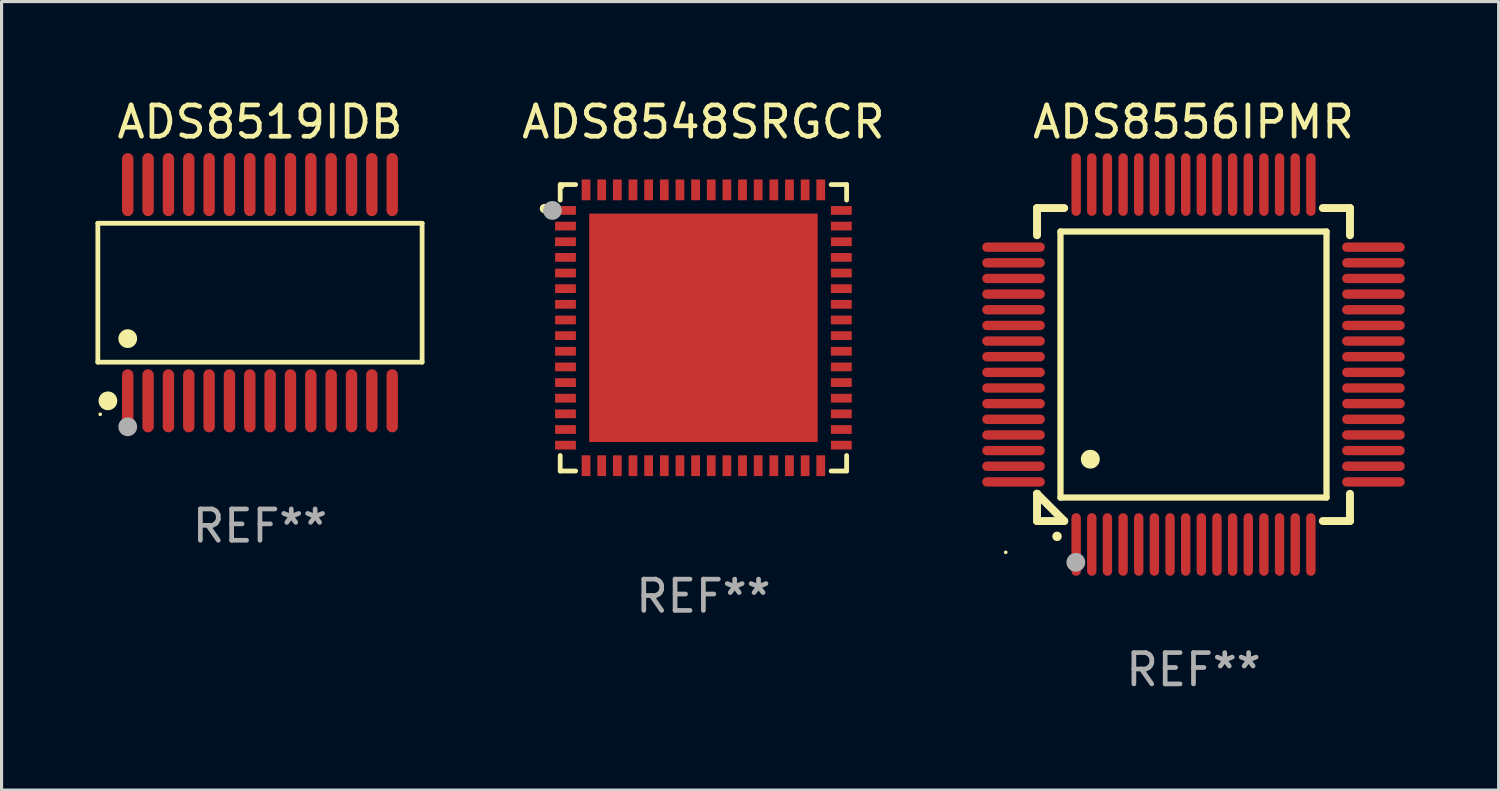
<source format=kicad_pcb>
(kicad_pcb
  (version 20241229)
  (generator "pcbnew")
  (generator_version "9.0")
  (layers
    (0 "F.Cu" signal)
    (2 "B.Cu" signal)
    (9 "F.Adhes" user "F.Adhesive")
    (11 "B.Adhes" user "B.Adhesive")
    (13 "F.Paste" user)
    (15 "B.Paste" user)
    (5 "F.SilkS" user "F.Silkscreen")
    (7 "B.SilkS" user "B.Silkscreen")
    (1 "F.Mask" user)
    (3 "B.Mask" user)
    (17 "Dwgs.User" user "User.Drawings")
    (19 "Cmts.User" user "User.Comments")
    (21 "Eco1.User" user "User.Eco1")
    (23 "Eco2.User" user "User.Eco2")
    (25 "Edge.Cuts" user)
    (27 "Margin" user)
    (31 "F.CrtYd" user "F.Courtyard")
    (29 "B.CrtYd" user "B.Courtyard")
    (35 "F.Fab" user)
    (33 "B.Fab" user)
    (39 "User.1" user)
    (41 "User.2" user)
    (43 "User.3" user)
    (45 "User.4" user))
  (footprint "ADS8548SRGCR"
    (layer "F.Cu")
    (at 19.426 7.424)
    (property "Reference" "ADS8548SRGCR" (at 0 -6.576 0) (layer "F.SilkS") (effects (font (size 1 1) (thickness 0.15))))
    (attr through_hole)
    (fp_line (start -4.576 -4.576) (end -4.576 -4.081) (stroke (width 0.152) (type solid)) (layer "F.SilkS"))
    (fp_line (start -4.576 4.576) (end -4.576 4.081) (stroke (width 0.152) (type solid)) (layer "F.SilkS"))
    (fp_line (start -4.081 -4.576) (end -4.576 -4.576) (stroke (width 0.152) (type solid)) (layer "F.SilkS"))
    (fp_line (start -4.081 4.576) (end -4.576 4.576) (stroke (width 0.152) (type solid)) (layer "F.SilkS"))
    (fp_line (start 4.081 -4.576) (end 4.576 -4.576) (stroke (width 0.152) (type solid)) (layer "F.SilkS"))
    (fp_line (start 4.081 4.576) (end 4.576 4.576) (stroke (width 0.152) (type solid)) (layer "F.SilkS"))
    (fp_line (start 4.576 -4.576) (end 4.576 -4.081) (stroke (width 0.152) (type solid)) (layer "F.SilkS"))
    (fp_line (start 4.576 4.576) (end 4.576 4.081) (stroke (width 0.152) (type solid)) (layer "F.SilkS"))
    (fp_circle (center -5.08 -3.81) (end -5.005 -3.81) (stroke (width 0.15) (type solid)) (fill no) (layer "F.SilkS"))
    (fp_circle (center -4.5 -4.5) (end -4.47 -4.5) (stroke (width 0.06) (type solid)) (fill no) (layer "F.SilkS"))
    (fp_circle (center -4.826 -3.75) (end -4.676 -3.75) (stroke (width 0.3) (type solid)) (fill no) (layer "F.Fab"))
    (fp_text user "REF**" (at 0 8.576 0) (layer "F.Fab") (effects (font (size 1 1) (thickness 0.15))))
    (pad "1" smd rect (at -4.407 -3.75) (size 0.665 0.28) (layers "F.Cu" "F.Mask" "F.Paste"))
    (pad "2" smd rect (at -4.407 -3.25) (size 0.665 0.28) (layers "F.Cu" "F.Mask" "F.Paste"))
    (pad "3" smd rect (at -4.407 -2.75) (size 0.665 0.28) (layers "F.Cu" "F.Mask" "F.Paste"))
    (pad "4" smd rect (at -4.407 -2.25) (size 0.665 0.28) (layers "F.Cu" "F.Mask" "F.Paste"))
    (pad "5" smd rect (at -4.407 -1.75) (size 0.665 0.28) (layers "F.Cu" "F.Mask" "F.Paste"))
    (pad "6" smd rect (at -4.407 -1.25) (size 0.665 0.28) (layers "F.Cu" "F.Mask" "F.Paste"))
    (pad "7" smd rect (at -4.407 -0.75) (size 0.665 0.28) (layers "F.Cu" "F.Mask" "F.Paste"))
    (pad "8" smd rect (at -4.407 -0.25) (size 0.665 0.28) (layers "F.Cu" "F.Mask" "F.Paste"))
    (pad "9" smd rect (at -4.407 0.25) (size 0.665 0.28) (layers "F.Cu" "F.Mask" "F.Paste"))
    (pad "10" smd rect (at -4.407 0.75) (size 0.665 0.28) (layers "F.Cu" "F.Mask" "F.Paste"))
    (pad "11" smd rect (at -4.407 1.25) (size 0.665 0.28) (layers "F.Cu" "F.Mask" "F.Paste"))
    (pad "12" smd rect (at -4.407 1.75) (size 0.665 0.28) (layers "F.Cu" "F.Mask" "F.Paste"))
    (pad "13" smd rect (at -4.407 2.25) (size 0.665 0.28) (layers "F.Cu" "F.Mask" "F.Paste"))
    (pad "14" smd rect (at -4.407 2.75) (size 0.665 0.28) (layers "F.Cu" "F.Mask" "F.Paste"))
    (pad "15" smd rect (at -4.407 3.25) (size 0.665 0.28) (layers "F.Cu" "F.Mask" "F.Paste"))
    (pad "16" smd rect (at -4.407 3.75) (size 0.665 0.28) (layers "F.Cu" "F.Mask" "F.Paste"))
    (pad "17" smd rect (at -3.75 4.407) (size 0.28 0.665) (layers "F.Cu" "F.Mask" "F.Paste"))
    (pad "18" smd rect (at -3.25 4.407) (size 0.28 0.665) (layers "F.Cu" "F.Mask" "F.Paste"))
    (pad "19" smd rect (at -2.75 4.407) (size 0.28 0.665) (layers "F.Cu" "F.Mask" "F.Paste"))
    (pad "20" smd rect (at -2.25 4.407) (size 0.28 0.665) (layers "F.Cu" "F.Mask" "F.Paste"))
    (pad "21" smd rect (at -1.75 4.407) (size 0.28 0.665) (layers "F.Cu" "F.Mask" "F.Paste"))
    (pad "22" smd rect (at -1.25 4.407) (size 0.28 0.665) (layers "F.Cu" "F.Mask" "F.Paste"))
    (pad "23" smd rect (at -0.75 4.407) (size 0.28 0.665) (layers "F.Cu" "F.Mask" "F.Paste"))
    (pad "24" smd rect (at -0.25 4.407) (size 0.28 0.665) (layers "F.Cu" "F.Mask" "F.Paste"))
    (pad "25" smd rect (at 0.25 4.407) (size 0.28 0.665) (layers "F.Cu" "F.Mask" "F.Paste"))
    (pad "26" smd rect (at 0.75 4.407) (size 0.28 0.665) (layers "F.Cu" "F.Mask" "F.Paste"))
    (pad "27" smd rect (at 1.25 4.407) (size 0.28 0.665) (layers "F.Cu" "F.Mask" "F.Paste"))
    (pad "28" smd rect (at 1.75 4.407) (size 0.28 0.665) (layers "F.Cu" "F.Mask" "F.Paste"))
    (pad "29" smd rect (at 2.25 4.407) (size 0.28 0.665) (layers "F.Cu" "F.Mask" "F.Paste"))
    (pad "30" smd rect (at 2.75 4.407) (size 0.28 0.665) (layers "F.Cu" "F.Mask" "F.Paste"))
    (pad "31" smd rect (at 3.25 4.407) (size 0.28 0.665) (layers "F.Cu" "F.Mask" "F.Paste"))
    (pad "32" smd rect (at 3.75 4.407) (size 0.28 0.665) (layers "F.Cu" "F.Mask" "F.Paste"))
    (pad "33" smd rect (at 4.407 3.75) (size 0.665 0.28) (layers "F.Cu" "F.Mask" "F.Paste"))
    (pad "34" smd rect (at 4.407 3.25) (size 0.665 0.28) (layers "F.Cu" "F.Mask" "F.Paste"))
    (pad "35" smd rect (at 4.407 2.75) (size 0.665 0.28) (layers "F.Cu" "F.Mask" "F.Paste"))
    (pad "36" smd rect (at 4.407 2.25) (size 0.665 0.28) (layers "F.Cu" "F.Mask" "F.Paste"))
    (pad "37" smd rect (at 4.407 1.75) (size 0.665 0.28) (layers "F.Cu" "F.Mask" "F.Paste"))
    (pad "38" smd rect (at 4.407 1.25) (size 0.665 0.28) (layers "F.Cu" "F.Mask" "F.Paste"))
    (pad "39" smd rect (at 4.407 0.75) (size 0.665 0.28) (layers "F.Cu" "F.Mask" "F.Paste"))
    (pad "40" smd rect (at 4.407 0.25) (size 0.665 0.28) (layers "F.Cu" "F.Mask" "F.Paste"))
    (pad "41" smd rect (at 4.407 -0.25) (size 0.665 0.28) (layers "F.Cu" "F.Mask" "F.Paste"))
    (pad "42" smd rect (at 4.407 -0.75) (size 0.665 0.28) (layers "F.Cu" "F.Mask" "F.Paste"))
    (pad "43" smd rect (at 4.407 -1.25) (size 0.665 0.28) (layers "F.Cu" "F.Mask" "F.Paste"))
    (pad "44" smd rect (at 4.407 -1.75) (size 0.665 0.28) (layers "F.Cu" "F.Mask" "F.Paste"))
    (pad "45" smd rect (at 4.407 -2.25) (size 0.665 0.28) (layers "F.Cu" "F.Mask" "F.Paste"))
    (pad "46" smd rect (at 4.407 -2.75) (size 0.665 0.28) (layers "F.Cu" "F.Mask" "F.Paste"))
    (pad "47" smd rect (at 4.407 -3.25) (size 0.665 0.28) (layers "F.Cu" "F.Mask" "F.Paste"))
    (pad "48" smd rect (at 4.407 -3.75) (size 0.665 0.28) (layers "F.Cu" "F.Mask" "F.Paste"))
    (pad "49" smd rect (at 3.75 -4.407) (size 0.28 0.665) (layers "F.Cu" "F.Mask" "F.Paste"))
    (pad "50" smd rect (at 3.25 -4.407) (size 0.28 0.665) (layers "F.Cu" "F.Mask" "F.Paste"))
    (pad "51" smd rect (at 2.75 -4.407) (size 0.28 0.665) (layers "F.Cu" "F.Mask" "F.Paste"))
    (pad "52" smd rect (at 2.25 -4.407) (size 0.28 0.665) (layers "F.Cu" "F.Mask" "F.Paste"))
    (pad "53" smd rect (at 1.75 -4.407) (size 0.28 0.665) (layers "F.Cu" "F.Mask" "F.Paste"))
    (pad "54" smd rect (at 1.25 -4.407) (size 0.28 0.665) (layers "F.Cu" "F.Mask" "F.Paste"))
    (pad "55" smd rect (at 0.75 -4.407) (size 0.28 0.665) (layers "F.Cu" "F.Mask" "F.Paste"))
    (pad "56" smd rect (at 0.25 -4.407) (size 0.28 0.665) (layers "F.Cu" "F.Mask" "F.Paste"))
    (pad "57" smd rect (at -0.25 -4.407) (size 0.28 0.665) (layers "F.Cu" "F.Mask" "F.Paste"))
    (pad "58" smd rect (at -0.75 -4.407) (size 0.28 0.665) (layers "F.Cu" "F.Mask" "F.Paste"))
    (pad "59" smd rect (at -1.25 -4.407) (size 0.28 0.665) (layers "F.Cu" "F.Mask" "F.Paste"))
    (pad "60" smd rect (at -1.75 -4.407) (size 0.28 0.665) (layers "F.Cu" "F.Mask" "F.Paste"))
    (pad "61" smd rect (at -2.25 -4.407) (size 0.28 0.665) (layers "F.Cu" "F.Mask" "F.Paste"))
    (pad "62" smd rect (at -2.75 -4.407) (size 0.28 0.665) (layers "F.Cu" "F.Mask" "F.Paste"))
    (pad "63" smd rect (at -3.25 -4.407) (size 0.28 0.665) (layers "F.Cu" "F.Mask" "F.Paste"))
    (pad "64" smd rect (at -3.75 -4.407) (size 0.28 0.665) (layers "F.Cu" "F.Mask" "F.Paste"))
    (pad "65" smd rect (at 0 0) (size 7.3 7.3) (layers "F.Cu" "F.Mask" "F.Paste")))
  (footprint "ADS8556IPMR"
    (layer "F.Cu")
    (at 35.086 8.598)
    (property "Reference" "ADS8556IPMR" (at 0 -7.75 0) (layer "F.SilkS") (effects (font (size 1 1) (thickness 0.15))))
    (attr through_hole)
    (fp_line (start -5 -5) (end -4.131 -5) (stroke (width 0.254) (type solid)) (layer "F.SilkS"))
    (fp_line (start -5 -4.131) (end -5 -5) (stroke (width 0.254) (type solid)) (layer "F.SilkS"))
    (fp_line (start -5 4.131) (end -5 4.131) (stroke (width 0.254) (type solid)) (layer "F.SilkS"))
    (fp_line (start -5 5) (end -5 4.131) (stroke (width 0.254) (type solid)) (layer "F.SilkS"))
    (fp_line (start -5 4.131) (end -4.131 5) (stroke (width 0.254) (type solid)) (layer "F.SilkS"))
    (fp_line (start -4.25 -4.25) (end -4.25 4.25) (stroke (width 0.2) (type solid)) (layer "F.SilkS"))
    (fp_line (start -4.25 4.25) (end 4.25 4.25) (stroke (width 0.2) (type solid)) (layer "F.SilkS"))
    (fp_line (start -4.131 5) (end -5 5) (stroke (width 0.254) (type solid)) (layer "F.SilkS"))
    (fp_line (start 4.25 -4.25) (end -4.25 -4.25) (stroke (width 0.2) (type solid)) (layer "F.SilkS"))
    (fp_line (start 4.25 4.25) (end 4.25 -4.25) (stroke (width 0.2) (type solid)) (layer "F.SilkS"))
    (fp_line (start 5 -5) (end 4.131 -5) (stroke (width 0.254) (type solid)) (layer "F.SilkS"))
    (fp_line (start 5 -5) (end 5 -4.131) (stroke (width 0.254) (type solid)) (layer "F.SilkS"))
    (fp_line (start 5 4.131) (end 5 5) (stroke (width 0.254) (type solid)) (layer "F.SilkS"))
    (fp_line (start 5 5) (end 4.131 5) (stroke (width 0.254) (type solid)) (layer "F.SilkS"))
    (fp_arc (start -4.361265 5.489992) (mid -4.359995 5.489987) (end -4.358725 5.489992) (stroke (width 0.3) (type solid)) (layer "F.SilkS"))
    (fp_arc (start -3.299467 3.025146) (mid -3.296927 3.025135) (end -3.294387 3.025146) (stroke (width 0.6) (type solid)) (layer "F.SilkS"))
    (fp_circle (center -6 6) (end -5.97 6) (stroke (width 0.06) (type solid)) (fill no) (layer "F.SilkS"))
    (fp_circle (center -3.76 6.32) (end -3.61 6.32) (stroke (width 0.3) (type solid)) (fill no) (layer "F.Fab"))
    (fp_text user "REF**" (at 0 9.75 0) (layer "F.Fab") (effects (font (size 1 1) (thickness 0.15))))
    (pad "1" smd oval (at -3.75 5.75) (size 0.3 2) (layers "F.Cu" "F.Mask" "F.Paste"))
    (pad "2" smd oval (at -3.25 5.75) (size 0.3 2) (layers "F.Cu" "F.Mask" "F.Paste"))
    (pad "3" smd oval (at -2.75 5.75) (size 0.3 2) (layers "F.Cu" "F.Mask" "F.Paste"))
    (pad "4" smd oval (at -2.25 5.75) (size 0.3 2) (layers "F.Cu" "F.Mask" "F.Paste"))
    (pad "5" smd oval (at -1.75 5.75) (size 0.3 2) (layers "F.Cu" "F.Mask" "F.Paste"))
    (pad "6" smd oval (at -1.25 5.75) (size 0.3 2) (layers "F.Cu" "F.Mask" "F.Paste"))
    (pad "7" smd oval (at -0.75 5.75) (size 0.3 2) (layers "F.Cu" "F.Mask" "F.Paste"))
    (pad "8" smd oval (at -0.25 5.75) (size 0.3 2) (layers "F.Cu" "F.Mask" "F.Paste"))
    (pad "9" smd oval (at 0.25 5.75) (size 0.3 2) (layers "F.Cu" "F.Mask" "F.Paste"))
    (pad "10" smd oval (at 0.75 5.75) (size 0.3 2) (layers "F.Cu" "F.Mask" "F.Paste"))
    (pad "11" smd oval (at 1.25 5.75) (size 0.3 2) (layers "F.Cu" "F.Mask" "F.Paste"))
    (pad "12" smd oval (at 1.75 5.75) (size 0.3 2) (layers "F.Cu" "F.Mask" "F.Paste"))
    (pad "13" smd oval (at 2.25 5.75) (size 0.3 2) (layers "F.Cu" "F.Mask" "F.Paste"))
    (pad "14" smd oval (at 2.75 5.75) (size 0.3 2) (layers "F.Cu" "F.Mask" "F.Paste"))
    (pad "15" smd oval (at 3.25 5.75) (size 0.3 2) (layers "F.Cu" "F.Mask" "F.Paste"))
    (pad "16" smd oval (at 3.75 5.75) (size 0.3 2) (layers "F.Cu" "F.Mask" "F.Paste"))
    (pad "17" smd oval (at 5.75 3.75) (size 2 0.3) (layers "F.Cu" "F.Mask" "F.Paste"))
    (pad "18" smd oval (at 5.75 3.25) (size 2 0.3) (layers "F.Cu" "F.Mask" "F.Paste"))
    (pad "19" smd oval (at 5.75 2.75) (size 2 0.3) (layers "F.Cu" "F.Mask" "F.Paste"))
    (pad "20" smd oval (at 5.75 2.25) (size 2 0.3) (layers "F.Cu" "F.Mask" "F.Paste"))
    (pad "21" smd oval (at 5.75 1.75) (size 2 0.3) (layers "F.Cu" "F.Mask" "F.Paste"))
    (pad "22" smd oval (at 5.75 1.25) (size 2 0.3) (layers "F.Cu" "F.Mask" "F.Paste"))
    (pad "23" smd oval (at 5.75 0.75) (size 2 0.3) (layers "F.Cu" "F.Mask" "F.Paste"))
    (pad "24" smd oval (at 5.75 0.25) (size 2 0.3) (layers "F.Cu" "F.Mask" "F.Paste"))
    (pad "25" smd oval (at 5.75 -0.25) (size 2 0.3) (layers "F.Cu" "F.Mask" "F.Paste"))
    (pad "26" smd oval (at 5.75 -0.75) (size 2 0.3) (layers "F.Cu" "F.Mask" "F.Paste"))
    (pad "27" smd oval (at 5.75 -1.25) (size 2 0.3) (layers "F.Cu" "F.Mask" "F.Paste"))
    (pad "28" smd oval (at 5.75 -1.75) (size 2 0.3) (layers "F.Cu" "F.Mask" "F.Paste"))
    (pad "29" smd oval (at 5.75 -2.25) (size 2 0.3) (layers "F.Cu" "F.Mask" "F.Paste"))
    (pad "30" smd oval (at 5.75 -2.75) (size 2 0.3) (layers "F.Cu" "F.Mask" "F.Paste"))
    (pad "31" smd oval (at 5.75 -3.25) (size 2 0.3) (layers "F.Cu" "F.Mask" "F.Paste"))
    (pad "32" smd oval (at 5.75 -3.75) (size 2 0.3) (layers "F.Cu" "F.Mask" "F.Paste"))
    (pad "33" smd oval (at 3.75 -5.75) (size 0.3 2) (layers "F.Cu" "F.Mask" "F.Paste"))
    (pad "34" smd oval (at 3.25 -5.75) (size 0.3 2) (layers "F.Cu" "F.Mask" "F.Paste"))
    (pad "35" smd oval (at 2.75 -5.75) (size 0.3 2) (layers "F.Cu" "F.Mask" "F.Paste"))
    (pad "36" smd oval (at 2.25 -5.75) (size 0.3 2) (layers "F.Cu" "F.Mask" "F.Paste"))
    (pad "37" smd oval (at 1.75 -5.75) (size 0.3 2) (layers "F.Cu" "F.Mask" "F.Paste"))
    (pad "38" smd oval (at 1.25 -5.75) (size 0.3 2) (layers "F.Cu" "F.Mask" "F.Paste"))
    (pad "39" smd oval (at 0.75 -5.75) (size 0.3 2) (layers "F.Cu" "F.Mask" "F.Paste"))
    (pad "40" smd oval (at 0.25 -5.75) (size 0.3 2) (layers "F.Cu" "F.Mask" "F.Paste"))
    (pad "41" smd oval (at -0.25 -5.75) (size 0.3 2) (layers "F.Cu" "F.Mask" "F.Paste"))
    (pad "42" smd oval (at -0.75 -5.75) (size 0.3 2) (layers "F.Cu" "F.Mask" "F.Paste"))
    (pad "43" smd oval (at -1.25 -5.75) (size 0.3 2) (layers "F.Cu" "F.Mask" "F.Paste"))
    (pad "44" smd oval (at -1.75 -5.75) (size 0.3 2) (layers "F.Cu" "F.Mask" "F.Paste"))
    (pad "45" smd oval (at -2.25 -5.75) (size 0.3 2) (layers "F.Cu" "F.Mask" "F.Paste"))
    (pad "46" smd oval (at -2.75 -5.75) (size 0.3 2) (layers "F.Cu" "F.Mask" "F.Paste"))
    (pad "47" smd oval (at -3.25 -5.75) (size 0.3 2) (layers "F.Cu" "F.Mask" "F.Paste"))
    (pad "48" smd oval (at -3.75 -5.75) (size 0.3 2) (layers "F.Cu" "F.Mask" "F.Paste"))
    (pad "49" smd oval (at -5.75 -3.75) (size 2 0.3) (layers "F.Cu" "F.Mask" "F.Paste"))
    (pad "50" smd oval (at -5.75 -3.25) (size 2 0.3) (layers "F.Cu" "F.Mask" "F.Paste"))
    (pad "51" smd oval (at -5.75 -2.75) (size 2 0.3) (layers "F.Cu" "F.Mask" "F.Paste"))
    (pad "52" smd oval (at -5.75 -2.25) (size 2 0.3) (layers "F.Cu" "F.Mask" "F.Paste"))
    (pad "53" smd oval (at -5.75 -1.75) (size 2 0.3) (layers "F.Cu" "F.Mask" "F.Paste"))
    (pad "54" smd oval (at -5.75 -1.25) (size 2 0.3) (layers "F.Cu" "F.Mask" "F.Paste"))
    (pad "55" smd oval (at -5.75 -0.75) (size 2 0.3) (layers "F.Cu" "F.Mask" "F.Paste"))
    (pad "56" smd oval (at -5.75 -0.25) (size 2 0.3) (layers "F.Cu" "F.Mask" "F.Paste"))
    (pad "57" smd oval (at -5.75 0.25) (size 2 0.3) (layers "F.Cu" "F.Mask" "F.Paste"))
    (pad "58" smd oval (at -5.75 0.75) (size 2 0.3) (layers "F.Cu" "F.Mask" "F.Paste"))
    (pad "59" smd oval (at -5.75 1.25) (size 2 0.3) (layers "F.Cu" "F.Mask" "F.Paste"))
    (pad "60" smd oval (at -5.75 1.75) (size 2 0.3) (layers "F.Cu" "F.Mask" "F.Paste"))
    (pad "61" smd oval (at -5.75 2.25) (size 2 0.3) (layers "F.Cu" "F.Mask" "F.Paste"))
    (pad "62" smd oval (at -5.75 2.75) (size 2 0.3) (layers "F.Cu" "F.Mask" "F.Paste"))
    (pad "63" smd oval (at -5.75 3.25) (size 2 0.3) (layers "F.Cu" "F.Mask" "F.Paste"))
    (pad "64" smd oval (at -5.75 3.75) (size 2 0.3) (layers "F.Cu" "F.Mask" "F.Paste")))
  (footprint "ADS8519IDB"
    (layer "F.Cu")
    (at 5.257 6.303)
    (property "Reference" "ADS8519IDB" (at 0 -5.455 0) (layer "F.SilkS") (effects (font (size 1 1) (thickness 0.15))))
    (attr through_hole)
    (fp_line (start -5.181 -2.219) (end 5.181 -2.219) (stroke (width 0.152) (type solid)) (layer "F.SilkS"))
    (fp_line (start -5.181 2.219) (end -5.181 -2.219) (stroke (width 0.152) (type solid)) (layer "F.SilkS"))
    (fp_line (start 5.181 -2.219) (end 5.181 2.219) (stroke (width 0.152) (type solid)) (layer "F.SilkS"))
    (fp_line (start 5.181 2.219) (end -5.181 2.219) (stroke (width 0.152) (type solid)) (layer "F.SilkS"))
    (fp_circle (center -5.105 3.885) (end -5.075 3.885) (stroke (width 0.06) (type solid)) (fill no) (layer "F.SilkS"))
    (fp_circle (center -4.859 3.455) (end -4.709 3.455) (stroke (width 0.3) (type solid)) (fill no) (layer "F.SilkS"))
    (fp_circle (center -4.225 1.467) (end -4.075 1.467) (stroke (width 0.3) (type solid)) (fill no) (layer "F.SilkS"))
    (fp_circle (center -4.225 4.285) (end -4.075 4.285) (stroke (width 0.3) (type solid)) (fill no) (layer "F.Fab"))
    (fp_text user "REF**" (at 0 7.455 0) (layer "F.Fab") (effects (font (size 1 1) (thickness 0.15))))
    (pad "1" smd oval (at -4.225 3.455) (size 0.364 2.015) (layers "F.Cu" "F.Mask" "F.Paste"))
    (pad "2" smd oval (at -3.575 3.455) (size 0.364 2.015) (layers "F.Cu" "F.Mask" "F.Paste"))
    (pad "3" smd oval (at -2.925 3.455) (size 0.364 2.015) (layers "F.Cu" "F.Mask" "F.Paste"))
    (pad "4" smd oval (at -2.275 3.455) (size 0.364 2.015) (layers "F.Cu" "F.Mask" "F.Paste"))
    (pad "5" smd oval (at -1.625 3.455) (size 0.364 2.015) (layers "F.Cu" "F.Mask" "F.Paste"))
    (pad "6" smd oval (at -0.975 3.455) (size 0.364 2.015) (layers "F.Cu" "F.Mask" "F.Paste"))
    (pad "7" smd oval (at -0.325 3.455) (size 0.364 2.015) (layers "F.Cu" "F.Mask" "F.Paste"))
    (pad "8" smd oval (at 0.325 3.455) (size 0.364 2.015) (layers "F.Cu" "F.Mask" "F.Paste"))
    (pad "9" smd oval (at 0.975 3.455) (size 0.364 2.015) (layers "F.Cu" "F.Mask" "F.Paste"))
    (pad "10" smd oval (at 1.625 3.455) (size 0.364 2.015) (layers "F.Cu" "F.Mask" "F.Paste"))
    (pad "11" smd oval (at 2.275 3.455) (size 0.364 2.015) (layers "F.Cu" "F.Mask" "F.Paste"))
    (pad "12" smd oval (at 2.925 3.455) (size 0.364 2.015) (layers "F.Cu" "F.Mask" "F.Paste"))
    (pad "13" smd oval (at 3.575 3.455) (size 0.364 2.015) (layers "F.Cu" "F.Mask" "F.Paste"))
    (pad "14" smd oval (at 4.225 3.455) (size 0.364 2.015) (layers "F.Cu" "F.Mask" "F.Paste"))
    (pad "15" smd oval (at 4.225 -3.455) (size 0.364 2.015) (layers "F.Cu" "F.Mask" "F.Paste"))
    (pad "16" smd oval (at 3.575 -3.455) (size 0.364 2.015) (layers "F.Cu" "F.Mask" "F.Paste"))
    (pad "17" smd oval (at 2.925 -3.455) (size 0.364 2.015) (layers "F.Cu" "F.Mask" "F.Paste"))
    (pad "18" smd oval (at 2.275 -3.455) (size 0.364 2.015) (layers "F.Cu" "F.Mask" "F.Paste"))
    (pad "19" smd oval (at 1.625 -3.455) (size 0.364 2.015) (layers "F.Cu" "F.Mask" "F.Paste"))
    (pad "20" smd oval (at 0.975 -3.455) (size 0.364 2.015) (layers "F.Cu" "F.Mask" "F.Paste"))
    (pad "21" smd oval (at 0.325 -3.455) (size 0.364 2.015) (layers "F.Cu" "F.Mask" "F.Paste"))
    (pad "22" smd oval (at -0.325 -3.455) (size 0.364 2.015) (layers "F.Cu" "F.Mask" "F.Paste"))
    (pad "23" smd oval (at -0.975 -3.455) (size 0.364 2.015) (layers "F.Cu" "F.Mask" "F.Paste"))
    (pad "24" smd oval (at -1.625 -3.455) (size 0.364 2.015) (layers "F.Cu" "F.Mask" "F.Paste"))
    (pad "25" smd oval (at -2.275 -3.455) (size 0.364 2.015) (layers "F.Cu" "F.Mask" "F.Paste"))
    (pad "26" smd oval (at -2.925 -3.455) (size 0.364 2.015) (layers "F.Cu" "F.Mask" "F.Paste"))
    (pad "27" smd oval (at -3.575 -3.455) (size 0.364 2.015) (layers "F.Cu" "F.Mask" "F.Paste"))
    (pad "28" smd oval (at -4.225 -3.455) (size 0.364 2.015) (layers "F.Cu" "F.Mask" "F.Paste")))
  (gr_rect
    (start -3 -3)
    (end 44.836 22.196)
    (stroke (width 0.1) (type default))
    (fill no)
    (layer "Edge.Cuts")))
</source>
